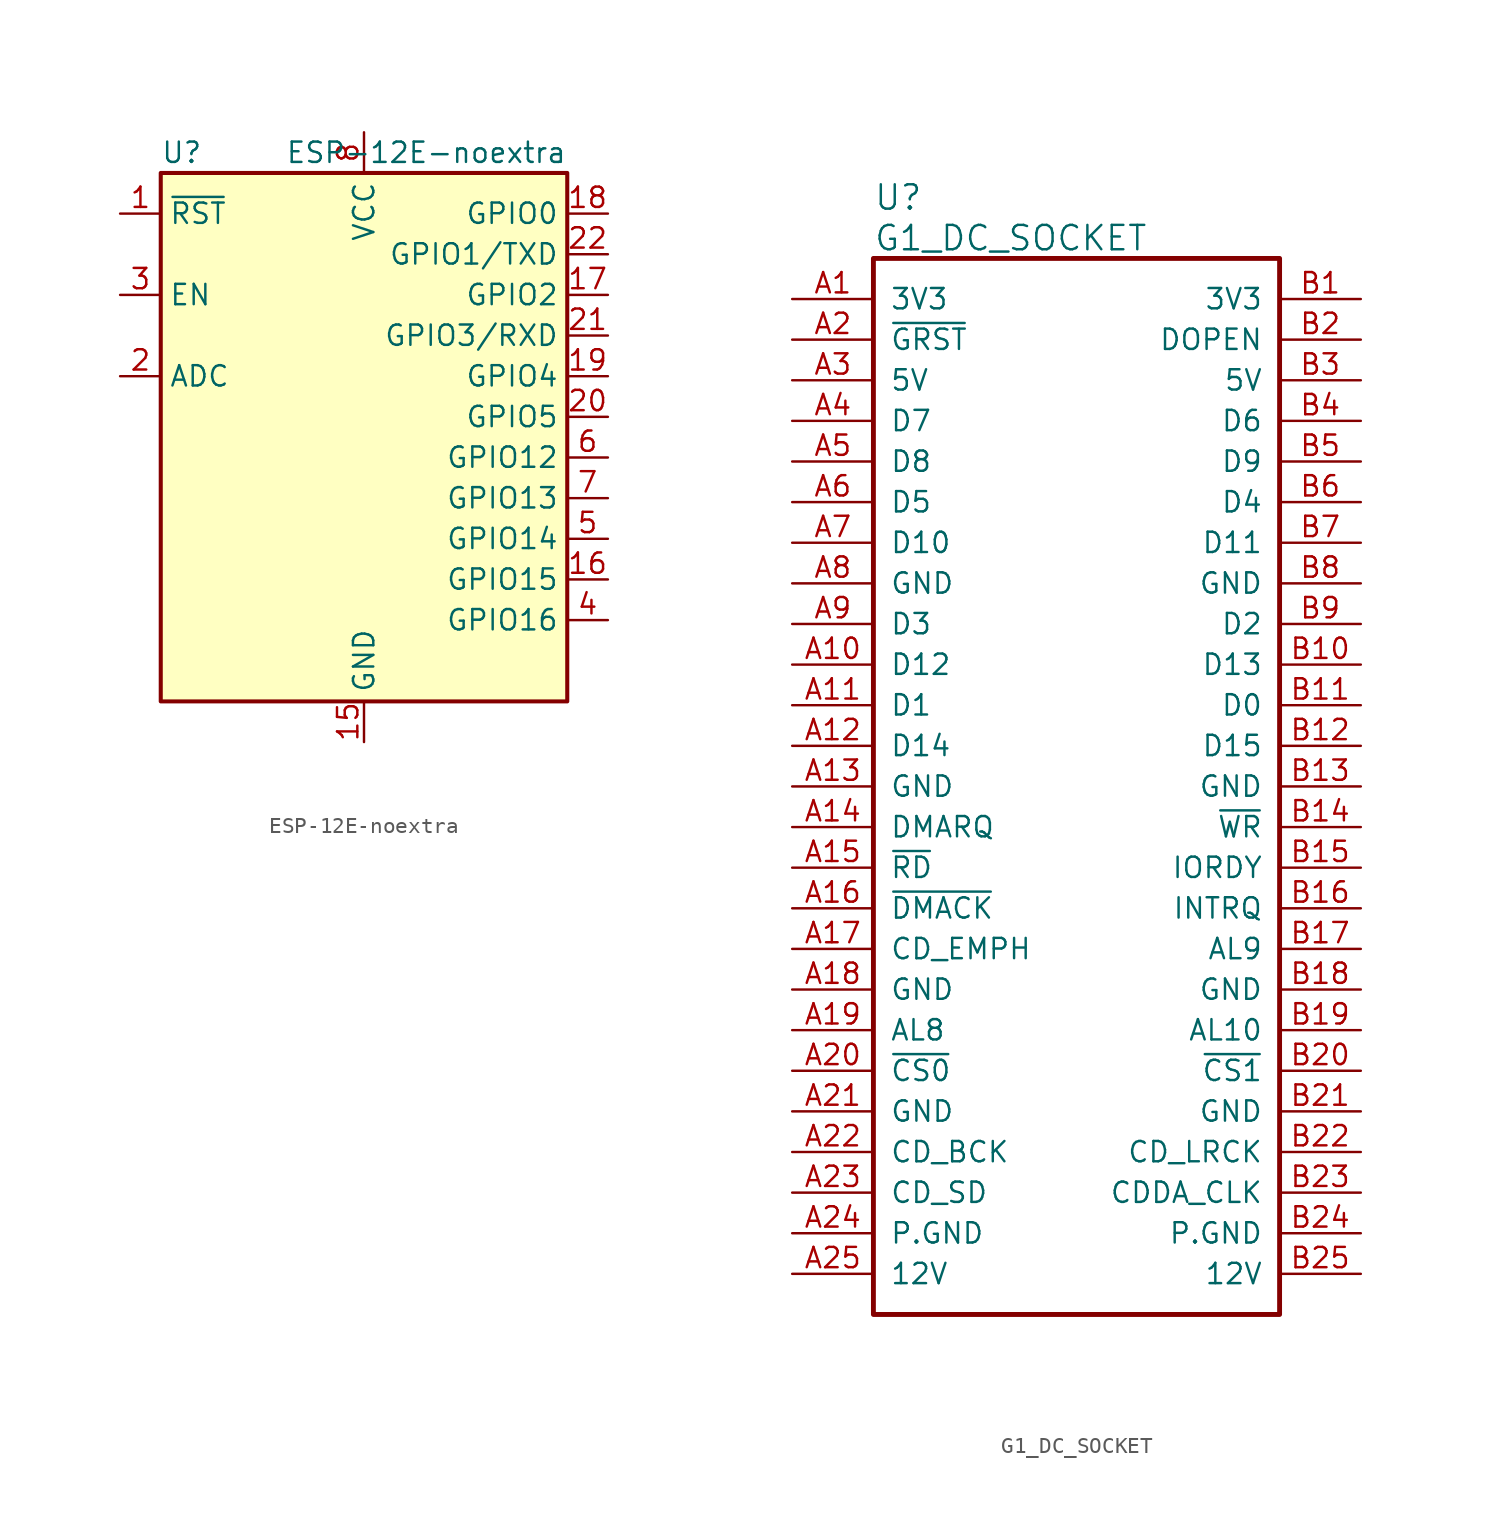
<source format=kicad_sym>
(kicad_symbol_lib
  (version 20241209)
  (generator "kicad_symbol_editor")
  (generator_version "9.0")
  (symbol "ESP-12E-noextra"
    (property "Reference" "U"
      (at -12.7 19.05 0)
      (effects (font (size 1.27 1.27)) (justify left)))
    (property "Value" "ESP-12E-noextra"
      (at 12.7 19.05 0)
      (effects (font (size 1.27 1.27)) (justify right)))
    (symbol "ESP-12E-noextra_0_1"
      (rectangle (start -12.7 17.78) (end 12.7 -15.24) (stroke (width 0.254) (type default)) (fill (type background))))
    (symbol "ESP-12E-noextra_1_1"
      (pin input line (at -15.24 15.24 0) (length 2.54) (name "~{RST}" (effects (font (size 1.27 1.27)))) (number "1" (effects (font (size 1.27 1.27)))))
      (pin input line (at -15.24 10.16 0) (length 2.54) (name "EN" (effects (font (size 1.27 1.27)))) (number "3" (effects (font (size 1.27 1.27)))))
      (pin input line (at -15.24 5.08 0) (length 2.54) (name "ADC" (effects (font (size 1.27 1.27)))) (number "2" (effects (font (size 1.27 1.27)))))
      (pin power_in line (at 0 20.32 270) (length 2.54) (name "VCC" (effects (font (size 1.27 1.27)))) (number "8" (effects (font (size 1.27 1.27)))))
      (pin power_in line (at 0 -17.78 90) (length 2.54) (name "GND" (effects (font (size 1.27 1.27)))) (number "15" (effects (font (size 1.27 1.27)))))
      (pin bidirectional line (at 15.24 15.24 180) (length 2.54) (name "GPIO0" (effects (font (size 1.27 1.27)))) (number "18" (effects (font (size 1.27 1.27)))))
      (pin bidirectional line (at 15.24 12.7 180) (length 2.54) (name "GPIO1/TXD" (effects (font (size 1.27 1.27)))) (number "22" (effects (font (size 1.27 1.27)))))
      (pin bidirectional line (at 15.24 10.16 180) (length 2.54) (name "GPIO2" (effects (font (size 1.27 1.27)))) (number "17" (effects (font (size 1.27 1.27)))))
      (pin bidirectional line (at 15.24 7.62 180) (length 2.54) (name "GPIO3/RXD" (effects (font (size 1.27 1.27)))) (number "21" (effects (font (size 1.27 1.27)))))
      (pin bidirectional line (at 15.24 5.08 180) (length 2.54) (name "GPIO4" (effects (font (size 1.27 1.27)))) (number "19" (effects (font (size 1.27 1.27)))))
      (pin bidirectional line (at 15.24 2.54 180) (length 2.54) (name "GPIO5" (effects (font (size 1.27 1.27)))) (number "20" (effects (font (size 1.27 1.27)))))
      (pin bidirectional line (at 15.24 0 180) (length 2.54) (name "GPIO12" (effects (font (size 1.27 1.27)))) (number "6" (effects (font (size 1.27 1.27)))))
      (pin bidirectional line (at 15.24 -2.54 180) (length 2.54) (name "GPIO13" (effects (font (size 1.27 1.27)))) (number "7" (effects (font (size 1.27 1.27)))))
      (pin bidirectional line (at 15.24 -5.08 180) (length 2.54) (name "GPIO14" (effects (font (size 1.27 1.27)))) (number "5" (effects (font (size 1.27 1.27)))))
      (pin bidirectional line (at 15.24 -7.62 180) (length 2.54) (name "GPIO15" (effects (font (size 1.27 1.27)))) (number "16" (effects (font (size 1.27 1.27)))))
      (pin bidirectional line (at 15.24 -10.16 180) (length 2.54) (name "GPIO16" (effects (font (size 1.27 1.27)))) (number "4" (effects (font (size 1.27 1.27)))))))
  (symbol "G1_DC_SOCKET"
    (pin_names
      (offset 1.016))
    (property "Reference" "U"
      (at 5.08 6.35 0)
      (effects (font (size 1.524 1.524)) (justify left)))
    (property "Value" "G1_DC_SOCKET"
      (at 5.08 3.81 0)
      (effects (font (size 1.524 1.524)) (justify left)))
    (property "Footprint" ""
      (at 0 0 0)
      (effects (font (size 1.524 1.524))))
    (property "Datasheet" ""
      (at 0 0 0)
      (effects (font (size 1.524 1.524))))
    (property "ki_locked" ""
      (at 0 0 0)
      (effects (font (size 1.27 1.27))))
    (symbol "G1_DC_SOCKET_1_1"
      (rectangle (start 5.08 2.54) (end 30.48 -63.5) (stroke (width 0.305) (type default)) (fill (type none)))
      (pin power_in line (at 0 0 0) (length 5.08) (name "3V3" (effects (font (size 1.27 1.27)))) (number "A1" (effects (font (size 1.27 1.27)))))
      (pin output line (at 0 -2.54 0) (length 5.08) (name "~{GRST}" (effects (font (size 1.27 1.27)))) (number "A2" (effects (font (size 1.27 1.27)))))
      (pin power_in line (at 0 -5.08 0) (length 5.08) (name "5V" (effects (font (size 1.27 1.27)))) (number "A3" (effects (font (size 1.27 1.27)))))
      (pin bidirectional line (at 0 -7.62 0) (length 5.08) (name "D7" (effects (font (size 1.27 1.27)))) (number "A4" (effects (font (size 1.27 1.27)))))
      (pin bidirectional line (at 0 -10.16 0) (length 5.08) (name "D8" (effects (font (size 1.27 1.27)))) (number "A5" (effects (font (size 1.27 1.27)))))
      (pin bidirectional line (at 0 -12.7 0) (length 5.08) (name "D5" (effects (font (size 1.27 1.27)))) (number "A6" (effects (font (size 1.27 1.27)))))
      (pin bidirectional line (at 0 -15.24 0) (length 5.08) (name "D10" (effects (font (size 1.27 1.27)))) (number "A7" (effects (font (size 1.27 1.27)))))
      (pin power_in line (at 0 -17.78 0) (length 5.08) (name "GND" (effects (font (size 1.27 1.27)))) (number "A8" (effects (font (size 1.27 1.27)))))
      (pin bidirectional line (at 0 -20.32 0) (length 5.08) (name "D3" (effects (font (size 1.27 1.27)))) (number "A9" (effects (font (size 1.27 1.27)))))
      (pin bidirectional line (at 0 -22.86 0) (length 5.08) (name "D12" (effects (font (size 1.27 1.27)))) (number "A10" (effects (font (size 1.27 1.27)))))
      (pin bidirectional line (at 0 -25.4 0) (length 5.08) (name "D1" (effects (font (size 1.27 1.27)))) (number "A11" (effects (font (size 1.27 1.27)))))
      (pin bidirectional line (at 0 -27.94 0) (length 5.08) (name "D14" (effects (font (size 1.27 1.27)))) (number "A12" (effects (font (size 1.27 1.27)))))
      (pin power_in line (at 0 -30.48 0) (length 5.08) (name "GND" (effects (font (size 1.27 1.27)))) (number "A13" (effects (font (size 1.27 1.27)))))
      (pin input line (at 0 -33.02 0) (length 5.08) (name "DMARQ" (effects (font (size 1.27 1.27)))) (number "A14" (effects (font (size 1.27 1.27)))))
      (pin output line (at 0 -35.56 0) (length 5.08) (name "~{RD}" (effects (font (size 1.27 1.27)))) (number "A15" (effects (font (size 1.27 1.27)))))
      (pin output line (at 0 -38.1 0) (length 5.08) (name "~{DMACK}" (effects (font (size 1.27 1.27)))) (number "A16" (effects (font (size 1.27 1.27)))))
      (pin output line (at 0 -40.64 0) (length 5.08) (name "CD_EMPH" (effects (font (size 1.27 1.27)))) (number "A17" (effects (font (size 1.27 1.27)))))
      (pin power_in line (at 0 -43.18 0) (length 5.08) (name "GND" (effects (font (size 1.27 1.27)))) (number "A18" (effects (font (size 1.27 1.27)))))
      (pin input line (at 0 -45.72 0) (length 5.08) (name "AL8" (effects (font (size 1.27 1.27)))) (number "A19" (effects (font (size 1.27 1.27)))))
      (pin output line (at 0 -48.26 0) (length 5.08) (name "~{CS0}" (effects (font (size 1.27 1.27)))) (number "A20" (effects (font (size 1.27 1.27)))))
      (pin power_in line (at 0 -50.8 0) (length 5.08) (name "GND" (effects (font (size 1.27 1.27)))) (number "A21" (effects (font (size 1.27 1.27)))))
      (pin input line (at 0 -53.34 0) (length 5.08) (name "CD_BCK" (effects (font (size 1.27 1.27)))) (number "A22" (effects (font (size 1.27 1.27)))))
      (pin input line (at 0 -55.88 0) (length 5.08) (name "CD_SD" (effects (font (size 1.27 1.27)))) (number "A23" (effects (font (size 1.27 1.27)))))
      (pin power_in line (at 0 -58.42 0) (length 5.08) (name "P.GND" (effects (font (size 1.27 1.27)))) (number "A24" (effects (font (size 1.27 1.27)))))
      (pin power_in line (at 0 -60.96 0) (length 5.08) (name "12V" (effects (font (size 1.27 1.27)))) (number "A25" (effects (font (size 1.27 1.27)))))
      (pin power_in line (at 35.56 0 180) (length 5.08) (name "3V3" (effects (font (size 1.27 1.27)))) (number "B1" (effects (font (size 1.27 1.27)))))
      (pin input line (at 35.56 -2.54 180) (length 5.08) (name "DOPEN" (effects (font (size 1.27 1.27)))) (number "B2" (effects (font (size 1.27 1.27)))))
      (pin power_in line (at 35.56 -5.08 180) (length 5.08) (name "5V" (effects (font (size 1.27 1.27)))) (number "B3" (effects (font (size 1.27 1.27)))))
      (pin bidirectional line (at 35.56 -7.62 180) (length 5.08) (name "D6" (effects (font (size 1.27 1.27)))) (number "B4" (effects (font (size 1.27 1.27)))))
      (pin bidirectional line (at 35.56 -10.16 180) (length 5.08) (name "D9" (effects (font (size 1.27 1.27)))) (number "B5" (effects (font (size 1.27 1.27)))))
      (pin bidirectional line (at 35.56 -12.7 180) (length 5.08) (name "D4" (effects (font (size 1.27 1.27)))) (number "B6" (effects (font (size 1.27 1.27)))))
      (pin bidirectional line (at 35.56 -15.24 180) (length 5.08) (name "D11" (effects (font (size 1.27 1.27)))) (number "B7" (effects (font (size 1.27 1.27)))))
      (pin power_in line (at 35.56 -17.78 180) (length 5.08) (name "GND" (effects (font (size 1.27 1.27)))) (number "B8" (effects (font (size 1.27 1.27)))))
      (pin bidirectional line (at 35.56 -20.32 180) (length 5.08) (name "D2" (effects (font (size 1.27 1.27)))) (number "B9" (effects (font (size 1.27 1.27)))))
      (pin bidirectional line (at 35.56 -22.86 180) (length 5.08) (name "D13" (effects (font (size 1.27 1.27)))) (number "B10" (effects (font (size 1.27 1.27)))))
      (pin bidirectional line (at 35.56 -25.4 180) (length 5.08) (name "D0" (effects (font (size 1.27 1.27)))) (number "B11" (effects (font (size 1.27 1.27)))))
      (pin bidirectional line (at 35.56 -27.94 180) (length 5.08) (name "D15" (effects (font (size 1.27 1.27)))) (number "B12" (effects (font (size 1.27 1.27)))))
      (pin power_in line (at 35.56 -30.48 180) (length 5.08) (name "GND" (effects (font (size 1.27 1.27)))) (number "B13" (effects (font (size 1.27 1.27)))))
      (pin output line (at 35.56 -33.02 180) (length 5.08) (name "~{WR}" (effects (font (size 1.27 1.27)))) (number "B14" (effects (font (size 1.27 1.27)))))
      (pin input line (at 35.56 -35.56 180) (length 5.08) (name "IORDY" (effects (font (size 1.27 1.27)))) (number "B15" (effects (font (size 1.27 1.27)))))
      (pin input line (at 35.56 -38.1 180) (length 5.08) (name "INTRQ" (effects (font (size 1.27 1.27)))) (number "B16" (effects (font (size 1.27 1.27)))))
      (pin input line (at 35.56 -40.64 180) (length 5.08) (name "AL9" (effects (font (size 1.27 1.27)))) (number "B17" (effects (font (size 1.27 1.27)))))
      (pin power_in line (at 35.56 -43.18 180) (length 5.08) (name "GND" (effects (font (size 1.27 1.27)))) (number "B18" (effects (font (size 1.27 1.27)))))
      (pin input line (at 35.56 -45.72 180) (length 5.08) (name "AL10" (effects (font (size 1.27 1.27)))) (number "B19" (effects (font (size 1.27 1.27)))))
      (pin output line (at 35.56 -48.26 180) (length 5.08) (name "~{CS1}" (effects (font (size 1.27 1.27)))) (number "B20" (effects (font (size 1.27 1.27)))))
      (pin power_in line (at 35.56 -50.8 180) (length 5.08) (name "GND" (effects (font (size 1.27 1.27)))) (number "B21" (effects (font (size 1.27 1.27)))))
      (pin input line (at 35.56 -53.34 180) (length 5.08) (name "CD_LRCK" (effects (font (size 1.27 1.27)))) (number "B22" (effects (font (size 1.27 1.27)))))
      (pin input line (at 35.56 -55.88 180) (length 5.08) (name "CDDA_CLK" (effects (font (size 1.27 1.27)))) (number "B23" (effects (font (size 1.27 1.27)))))
      (pin power_in line (at 35.56 -58.42 180) (length 5.08) (name "P.GND" (effects (font (size 1.27 1.27)))) (number "B24" (effects (font (size 1.27 1.27)))))
      (pin power_in line (at 35.56 -60.96 180) (length 5.08) (name "12V" (effects (font (size 1.27 1.27)))) (number "B25" (effects (font (size 1.27 1.27))))))))
</source>
